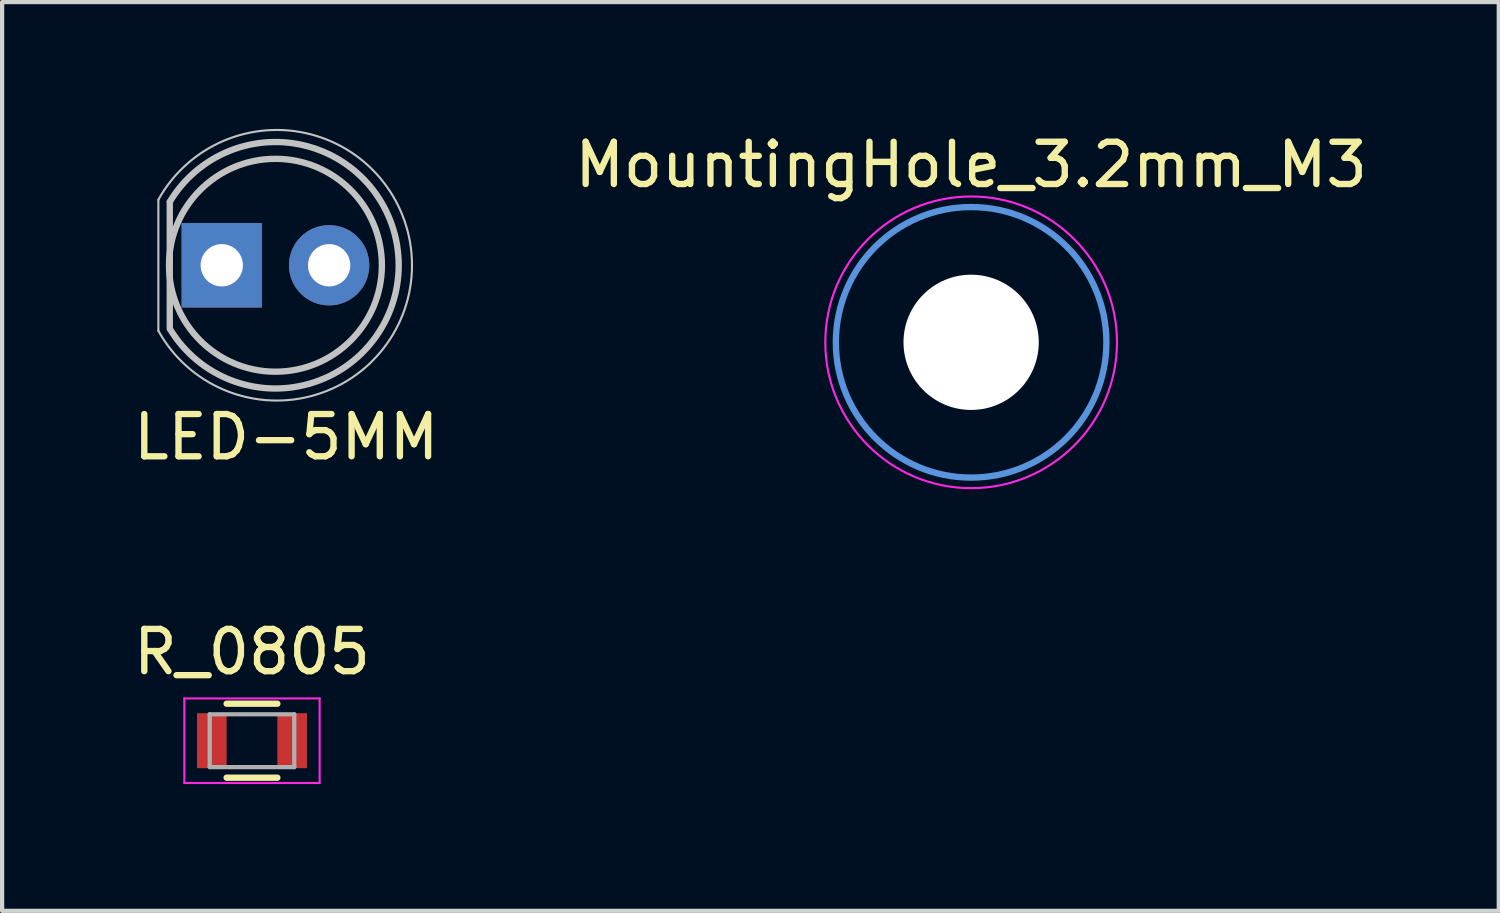
<source format=kicad_pcb>
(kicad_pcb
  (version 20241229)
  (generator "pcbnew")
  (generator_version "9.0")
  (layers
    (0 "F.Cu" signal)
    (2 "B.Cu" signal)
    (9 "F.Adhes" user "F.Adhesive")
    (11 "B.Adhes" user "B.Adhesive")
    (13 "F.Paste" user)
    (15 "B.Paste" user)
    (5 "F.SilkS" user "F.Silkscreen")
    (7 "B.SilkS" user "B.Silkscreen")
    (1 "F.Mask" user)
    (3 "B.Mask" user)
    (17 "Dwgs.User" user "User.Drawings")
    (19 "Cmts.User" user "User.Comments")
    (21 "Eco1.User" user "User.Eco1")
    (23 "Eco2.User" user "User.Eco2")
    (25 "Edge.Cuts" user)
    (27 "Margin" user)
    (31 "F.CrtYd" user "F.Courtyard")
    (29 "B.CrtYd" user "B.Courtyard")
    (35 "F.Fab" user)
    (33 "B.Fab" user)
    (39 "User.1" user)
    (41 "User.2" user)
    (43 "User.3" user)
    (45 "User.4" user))
  (footprint "MountingHole_3.2mm_M3"
    (layer "F.Cu")
    (at 19.923 5.048)
    (property "Reference" "MountingHole_3.2mm_M3" (at 0 -4.2 0) (layer "F.SilkS") (effects (font (size 1 1) (thickness 0.15))))
    (attr through_hole)
    (fp_circle (center 0 0) (end 3.2 0) (stroke (width 0.15) (type solid)) (fill no) (layer "Cmts.User"))
    (fp_circle (center 0 0) (end 3.45 0) (stroke (width 0.05) (type solid)) (fill no) (layer "F.CrtYd"))
    (pad "" np_thru_hole circle (at 0 0) (size 3.2 3.2) (drill 3.2) (layers "*.Cu" "*.Mask")))
  (footprint "R_0805"
    (layer "F.Cu")
    (at 2.911 14.472)
    (property "Reference" "R_0805" (at 0 -2.1 0) (layer "F.SilkS") (effects (font (size 1 1) (thickness 0.15))))
    (attr smd)
    (fp_line (start -0.6 -0.875) (end 0.6 -0.875) (stroke (width 0.15) (type solid)) (layer "F.SilkS"))
    (fp_line (start 0.6 0.875) (end -0.6 0.875) (stroke (width 0.15) (type solid)) (layer "F.SilkS"))
    (fp_line (start -1.6 -1) (end -1.6 1) (stroke (width 0.05) (type solid)) (layer "F.CrtYd"))
    (fp_line (start -1.6 -1) (end 1.6 -1) (stroke (width 0.05) (type solid)) (layer "F.CrtYd"))
    (fp_line (start -1.6 1) (end 1.6 1) (stroke (width 0.05) (type solid)) (layer "F.CrtYd"))
    (fp_line (start 1.6 -1) (end 1.6 1) (stroke (width 0.05) (type solid)) (layer "F.CrtYd"))
    (fp_line (start -1 -0.625) (end 1 -0.625) (stroke (width 0.1) (type solid)) (layer "F.Fab"))
    (fp_line (start -1 0.625) (end -1 -0.625) (stroke (width 0.1) (type solid)) (layer "F.Fab"))
    (fp_line (start 1 -0.625) (end 1 0.625) (stroke (width 0.1) (type solid)) (layer "F.Fab"))
    (fp_line (start 1 0.625) (end -1 0.625) (stroke (width 0.1) (type solid)) (layer "F.Fab"))
    (pad "1" smd rect (at -0.95 0) (size 0.7 1.3) (layers "F.Cu" "F.Mask" "F.Paste"))
    (pad "2" smd rect (at 0.95 0) (size 0.7 1.3) (layers "F.Cu" "F.Mask" "F.Paste")))
  (footprint "LED-5MM"
    (layer "F.Cu")
    (at 2.196 3.225)
    (property "Reference" "LED-5MM" (at 1.524 4.064 0) (layer "F.SilkS") (effects (font (size 1 1) (thickness 0.15))))
    (attr through_hole)
    (fp_line (start -1.5 -1.55) (end -1.5 1.55) (stroke (width 0.05) (type solid)) (layer "Dwgs.User"))
    (fp_line (start -1.23 1.5) (end -1.23 -1.5) (stroke (width 0.15) (type solid)) (layer "Dwgs.User"))
    (fp_arc (start -1.498248 -1.55316) (mid 4.50039 0.001807) (end -1.5 1.55) (stroke (width 0.05) (type solid)) (layer "Dwgs.User"))
    (fp_arc (start -1.23 -1.5) (mid 4.18544 -0.014565) (end -1.214888 1.524904) (stroke (width 0.15) (type solid)) (layer "Dwgs.User"))
    (fp_circle (center 1.27 0) (end 0.97 -2.5) (stroke (width 0.15) (type solid)) (fill no) (layer "Dwgs.User"))
    (pad "1" thru_hole rect (at 0 0 90) (size 2 1.9) (drill 1.001) (layers "*.Cu" "*.Mask"))
    (pad "2" thru_hole circle (at 2.54 0) (size 1.9 1.9) (drill 1.001) (layers "*.Cu" "*.Mask")))
  (gr_rect
    (start -3 -3)
    (end 32.405 18.497)
    (stroke (width 0.1) (type default))
    (fill no)
    (layer "Edge.Cuts")))
</source>
